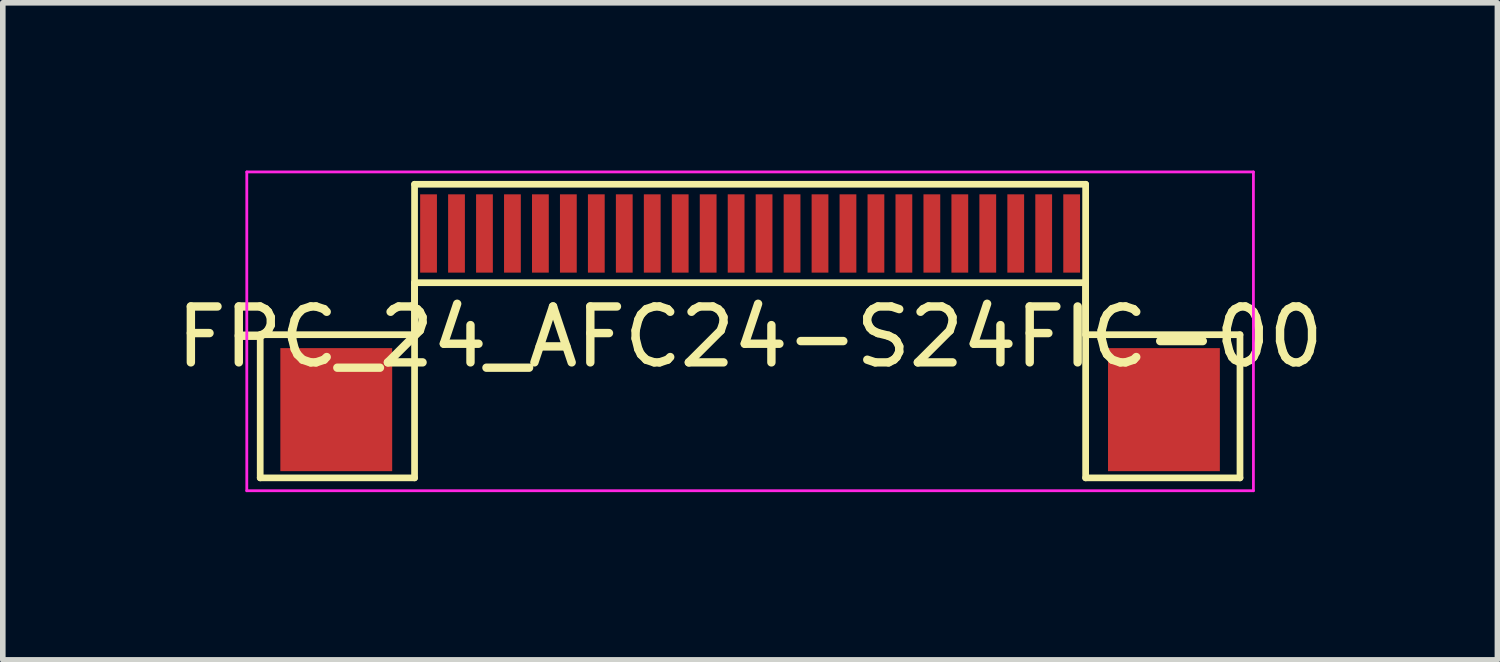
<source format=kicad_pcb>
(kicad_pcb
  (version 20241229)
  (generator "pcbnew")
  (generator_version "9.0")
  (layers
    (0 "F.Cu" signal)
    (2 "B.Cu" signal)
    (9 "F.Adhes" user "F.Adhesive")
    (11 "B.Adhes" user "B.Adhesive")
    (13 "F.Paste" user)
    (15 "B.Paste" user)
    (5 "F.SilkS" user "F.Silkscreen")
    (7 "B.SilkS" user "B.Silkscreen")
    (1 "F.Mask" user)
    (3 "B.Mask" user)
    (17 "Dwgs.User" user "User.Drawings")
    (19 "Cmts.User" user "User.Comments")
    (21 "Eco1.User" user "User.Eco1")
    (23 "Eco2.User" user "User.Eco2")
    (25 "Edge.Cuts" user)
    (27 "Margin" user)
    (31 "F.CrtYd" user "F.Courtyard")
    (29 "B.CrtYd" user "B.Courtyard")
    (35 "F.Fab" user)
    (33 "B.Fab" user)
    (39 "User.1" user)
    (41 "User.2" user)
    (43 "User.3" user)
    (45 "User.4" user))
  (footprint "FPC_24_AFC24-S24FIC-00"
    (layer "F.Cu")
    (at 10.363 1.125)
    (property "Reference" "FPC_24_AFC24-S24FIC-00" (at 0 1.85 0) (layer "F.SilkS") (effects (font (size 1 1) (thickness 0.15))))
    (attr smd)
    (fp_line (start -8.76 1.81) (end -6 1.81) (stroke (width 0.12) (type solid)) (layer "F.SilkS"))
    (fp_line (start -8.76 4.37) (end -8.76 1.81) (stroke (width 0.12) (type solid)) (layer "F.SilkS"))
    (fp_line (start -6 -0.88) (end 6 -0.88) (stroke (width 0.12) (type solid)) (layer "F.SilkS"))
    (fp_line (start -6 0.88) (end -6 4.37) (stroke (width 0.12) (type solid)) (layer "F.SilkS"))
    (fp_line (start -6 0.88) (end 6 0.88) (stroke (width 0.12) (type solid)) (layer "F.SilkS"))
    (fp_line (start -6 1.81) (end -6 -0.88) (stroke (width 0.12) (type solid)) (layer "F.SilkS"))
    (fp_line (start -6 4.37) (end -8.76 4.37) (stroke (width 0.12) (type solid)) (layer "F.SilkS"))
    (fp_line (start 6 0.88) (end 6 4.37) (stroke (width 0.12) (type solid)) (layer "F.SilkS"))
    (fp_line (start 6 1.81) (end 6 -0.88) (stroke (width 0.12) (type solid)) (layer "F.SilkS"))
    (fp_line (start 6 4.37) (end 8.76 4.37) (stroke (width 0.12) (type solid)) (layer "F.SilkS"))
    (fp_line (start 8.76 1.81) (end 6 1.81) (stroke (width 0.12) (type solid)) (layer "F.SilkS"))
    (fp_line (start 8.76 4.37) (end 8.76 1.81) (stroke (width 0.12) (type solid)) (layer "F.SilkS"))
    (fp_line (start -9 -1.1) (end -9 4.6) (stroke (width 0.05) (type solid)) (layer "F.CrtYd"))
    (fp_line (start -9 -1.1) (end 9 -1.1) (stroke (width 0.05) (type solid)) (layer "F.CrtYd"))
    (fp_line (start -9 4.6) (end 9 4.6) (stroke (width 0.05) (type solid)) (layer "F.CrtYd"))
    (fp_line (start 9 -1.1) (end 9 4.6) (stroke (width 0.05) (type solid)) (layer "F.CrtYd"))
    (pad "0" smd rect (at -7.4 3.15) (size 2 2.2) (layers "F.Cu" "F.Mask" "F.Paste"))
    (pad "0" smd rect (at 7.4 3.15) (size 2 2.2) (layers "F.Cu" "F.Mask" "F.Paste"))
    (pad "1" smd rect (at -5.75 0) (size 0.3 1.4) (layers "F.Cu" "F.Mask" "F.Paste"))
    (pad "2" smd rect (at -5.25 0) (size 0.3 1.4) (layers "F.Cu" "F.Mask" "F.Paste"))
    (pad "3" smd rect (at -4.75 0) (size 0.3 1.4) (layers "F.Cu" "F.Mask" "F.Paste"))
    (pad "4" smd rect (at -4.25 0) (size 0.3 1.4) (layers "F.Cu" "F.Mask" "F.Paste"))
    (pad "5" smd rect (at -3.75 0) (size 0.3 1.4) (layers "F.Cu" "F.Mask" "F.Paste"))
    (pad "6" smd rect (at -3.25 0) (size 0.3 1.4) (layers "F.Cu" "F.Mask" "F.Paste"))
    (pad "7" smd rect (at -2.75 0) (size 0.3 1.4) (layers "F.Cu" "F.Mask" "F.Paste"))
    (pad "8" smd rect (at -2.25 0) (size 0.3 1.4) (layers "F.Cu" "F.Mask" "F.Paste"))
    (pad "9" smd rect (at -1.75 0) (size 0.3 1.4) (layers "F.Cu" "F.Mask" "F.Paste"))
    (pad "10" smd rect (at -1.25 0) (size 0.3 1.4) (layers "F.Cu" "F.Mask" "F.Paste"))
    (pad "11" smd rect (at -0.75 0) (size 0.3 1.4) (layers "F.Cu" "F.Mask" "F.Paste"))
    (pad "12" smd rect (at -0.25 0) (size 0.3 1.4) (layers "F.Cu" "F.Mask" "F.Paste"))
    (pad "13" smd rect (at 0.25 0) (size 0.3 1.4) (layers "F.Cu" "F.Mask" "F.Paste"))
    (pad "14" smd rect (at 0.75 0) (size 0.3 1.4) (layers "F.Cu" "F.Mask" "F.Paste"))
    (pad "15" smd rect (at 1.25 0) (size 0.3 1.4) (layers "F.Cu" "F.Mask" "F.Paste"))
    (pad "16" smd rect (at 1.75 0) (size 0.3 1.4) (layers "F.Cu" "F.Mask" "F.Paste"))
    (pad "17" smd rect (at 2.25 0) (size 0.3 1.4) (layers "F.Cu" "F.Mask" "F.Paste"))
    (pad "18" smd rect (at 2.75 0) (size 0.3 1.4) (layers "F.Cu" "F.Mask" "F.Paste"))
    (pad "19" smd rect (at 3.25 0) (size 0.3 1.4) (layers "F.Cu" "F.Mask" "F.Paste"))
    (pad "20" smd rect (at 3.75 0) (size 0.3 1.4) (layers "F.Cu" "F.Mask" "F.Paste"))
    (pad "21" smd rect (at 4.25 0) (size 0.3 1.4) (layers "F.Cu" "F.Mask" "F.Paste"))
    (pad "22" smd rect (at 4.75 0) (size 0.3 1.4) (layers "F.Cu" "F.Mask" "F.Paste"))
    (pad "23" smd rect (at 5.25 0) (size 0.3 1.4) (layers "F.Cu" "F.Mask" "F.Paste"))
    (pad "24" smd rect (at 5.75 0) (size 0.3 1.4) (layers "F.Cu" "F.Mask" "F.Paste")))
  (gr_rect
    (start -3 -3)
    (end 23.726 8.75)
    (stroke (width 0.1) (type default))
    (fill no)
    (layer "Edge.Cuts")))
</source>
